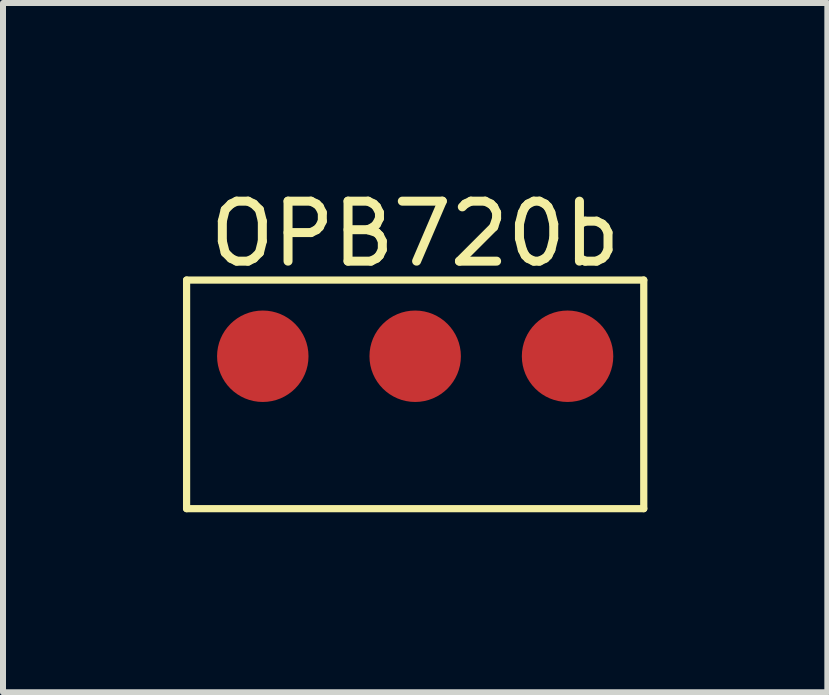
<source format=kicad_pcb>
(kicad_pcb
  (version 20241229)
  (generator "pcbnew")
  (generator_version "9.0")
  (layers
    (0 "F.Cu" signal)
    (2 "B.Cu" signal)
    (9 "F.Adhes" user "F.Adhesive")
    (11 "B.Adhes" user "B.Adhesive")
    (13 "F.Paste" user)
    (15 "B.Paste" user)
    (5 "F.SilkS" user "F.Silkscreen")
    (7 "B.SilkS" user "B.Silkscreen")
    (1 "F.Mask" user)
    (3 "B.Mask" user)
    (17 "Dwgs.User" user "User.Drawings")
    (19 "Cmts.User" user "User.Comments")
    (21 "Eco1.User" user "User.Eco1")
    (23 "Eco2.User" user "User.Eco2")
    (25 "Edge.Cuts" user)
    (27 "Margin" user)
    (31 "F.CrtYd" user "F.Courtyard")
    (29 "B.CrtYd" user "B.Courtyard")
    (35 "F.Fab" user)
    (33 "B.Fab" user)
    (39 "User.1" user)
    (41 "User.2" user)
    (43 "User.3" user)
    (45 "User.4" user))
  (footprint "OPB720b"
    (layer "F.Cu")
    (at 3.87 0.348)
    (property "Reference" "OPB720b" (at 0 0.5 0) (layer "F.SilkS") (effects (font (size 1 1) (thickness 0.15))))
    (attr through_hole)
    (fp_line (start -3.81 1.27) (end -3.81 5.08) (stroke (width 0.12) (type solid)) (layer "F.SilkS"))
    (fp_line (start -3.81 1.27) (end 3.81 1.27) (stroke (width 0.12) (type solid)) (layer "F.SilkS"))
    (fp_line (start 3.81 1.27) (end 3.81 5.08) (stroke (width 0.12) (type solid)) (layer "F.SilkS"))
    (fp_line (start 3.81 5.08) (end -3.81 5.08) (stroke (width 0.12) (type solid)) (layer "F.SilkS"))
    (pad "1" connect circle (at -2.54 2.54) (size 1.524 1.524) (layers "F.Cu" "F.Mask"))
    (pad "2" connect circle (at 0 2.54) (size 1.524 1.524) (layers "F.Cu" "F.Mask"))
    (pad "3" connect circle (at 2.54 2.54) (size 1.524 1.524) (layers "F.Cu" "F.Mask")))
  (gr_rect
    (start -3 -3)
    (end 10.74 8.488)
    (stroke (width 0.1) (type default))
    (fill no)
    (layer "Edge.Cuts")))
</source>
